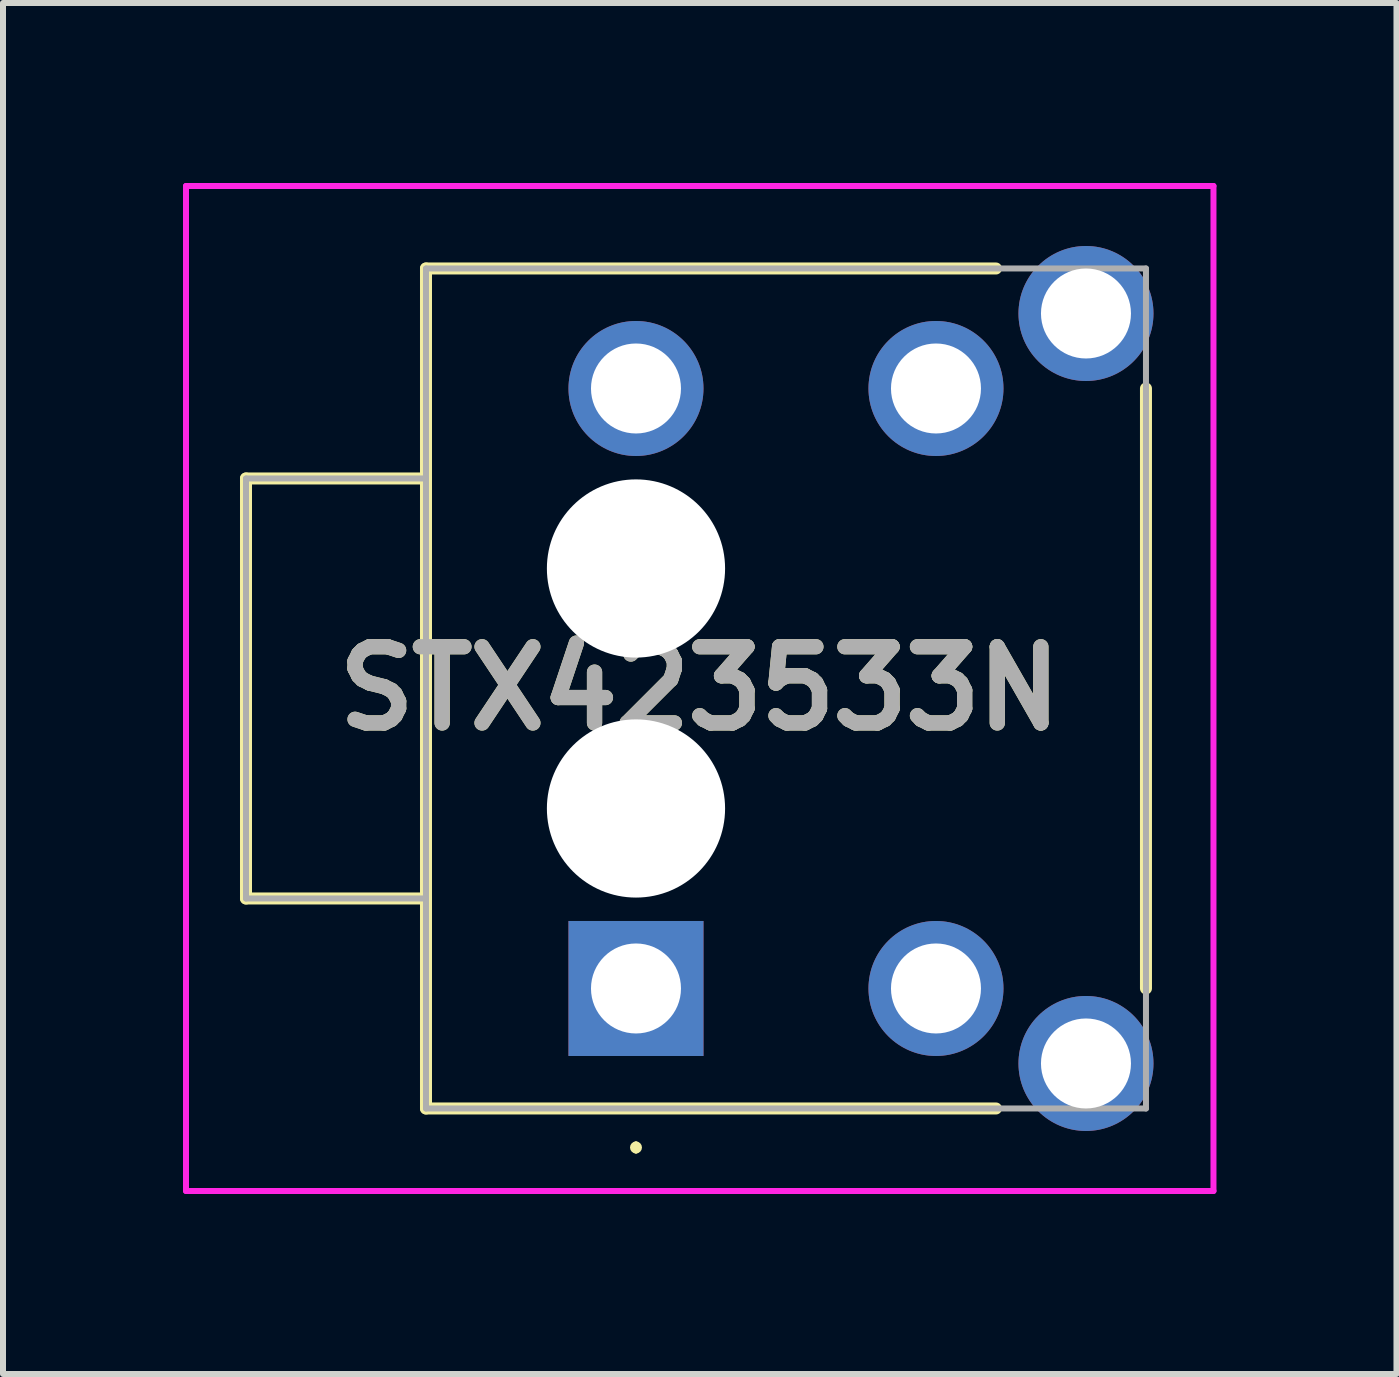
<source format=kicad_pcb>
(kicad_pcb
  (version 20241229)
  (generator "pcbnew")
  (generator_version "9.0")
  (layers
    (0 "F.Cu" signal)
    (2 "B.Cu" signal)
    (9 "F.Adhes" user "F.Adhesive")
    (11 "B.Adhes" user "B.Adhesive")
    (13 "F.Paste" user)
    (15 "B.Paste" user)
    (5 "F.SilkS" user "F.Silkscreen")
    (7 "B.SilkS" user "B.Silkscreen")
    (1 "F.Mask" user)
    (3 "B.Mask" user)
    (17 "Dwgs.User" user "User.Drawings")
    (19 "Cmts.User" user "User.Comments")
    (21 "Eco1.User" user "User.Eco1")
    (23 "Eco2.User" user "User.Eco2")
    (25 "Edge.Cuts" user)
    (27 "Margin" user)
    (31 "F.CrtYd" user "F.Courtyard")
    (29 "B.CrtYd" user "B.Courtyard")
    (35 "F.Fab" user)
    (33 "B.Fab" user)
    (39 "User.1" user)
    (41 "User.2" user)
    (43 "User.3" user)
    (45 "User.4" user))
  (footprint "STX423533N"
    (layer "F.Cu")
    (at 7.55 13.425)
    (property "Reference" "STX423533N" (at 1.063 -5 0) (layer "F.SilkS") (effects (font (size 1.27 1.27) (thickness 0.254))))
    (attr through_hole)
    (fp_line (start -6.5 -8.5) (end -6.5 -1.5) (stroke (width 0.2) (type solid)) (layer "F.SilkS"))
    (fp_line (start -6.5 -1.5) (end -3.5 -1.5) (stroke (width 0.2) (type solid)) (layer "F.SilkS"))
    (fp_line (start -3.5 -12) (end 6 -12) (stroke (width 0.2) (type solid)) (layer "F.SilkS"))
    (fp_line (start -3.5 -8.5) (end -6.5 -8.5) (stroke (width 0.2) (type solid)) (layer "F.SilkS"))
    (fp_line (start -3.5 2) (end -3.5 -12) (stroke (width 0.2) (type solid)) (layer "F.SilkS"))
    (fp_line (start 0 2.6) (end 0 2.6) (stroke (width 0.1) (type solid)) (layer "F.SilkS"))
    (fp_line (start 0 2.7) (end 0 2.7) (stroke (width 0.1) (type solid)) (layer "F.SilkS"))
    (fp_line (start 6 2) (end -3.5 2) (stroke (width 0.2) (type solid)) (layer "F.SilkS"))
    (fp_line (start 8.5 -10) (end 8.5 0) (stroke (width 0.2) (type solid)) (layer "F.SilkS"))
    (fp_arc (start 0 2.6) (mid 0.05 2.65) (end 0 2.7) (stroke (width 0.1) (type solid)) (layer "F.SilkS"))
    (fp_arc (start 0 2.7) (mid -0.05 2.65) (end 0 2.6) (stroke (width 0.1) (type solid)) (layer "F.SilkS"))
    (fp_line (start -7.5 -13.375) (end 9.625 -13.375) (stroke (width 0.1) (type solid)) (layer "F.CrtYd"))
    (fp_line (start -7.5 3.375) (end -7.5 -13.375) (stroke (width 0.1) (type solid)) (layer "F.CrtYd"))
    (fp_line (start 9.625 -13.375) (end 9.625 3.375) (stroke (width 0.1) (type solid)) (layer "F.CrtYd"))
    (fp_line (start 9.625 3.375) (end -7.5 3.375) (stroke (width 0.1) (type solid)) (layer "F.CrtYd"))
    (fp_line (start -6.5 -8.5) (end -6.5 -1.5) (stroke (width 0.1) (type solid)) (layer "F.Fab"))
    (fp_line (start -6.5 -1.5) (end -3.5 -1.5) (stroke (width 0.1) (type solid)) (layer "F.Fab"))
    (fp_line (start -3.5 -12) (end 8.5 -12) (stroke (width 0.1) (type solid)) (layer "F.Fab"))
    (fp_line (start -3.5 -8.5) (end -6.5 -8.5) (stroke (width 0.1) (type solid)) (layer "F.Fab"))
    (fp_line (start -3.5 -8.5) (end -3.5 -8.5) (stroke (width 0.1) (type solid)) (layer "F.Fab"))
    (fp_line (start -3.5 2) (end -3.5 -12) (stroke (width 0.1) (type solid)) (layer "F.Fab"))
    (fp_line (start 8.5 -12) (end 8.5 2) (stroke (width 0.1) (type solid)) (layer "F.Fab"))
    (fp_line (start 8.5 2) (end -3.5 2) (stroke (width 0.1) (type solid)) (layer "F.Fab"))
    (fp_text user "${REFERENCE}" (at 1.063 -5 0) (layer "F.Fab") (effects (font (size 1.27 1.27) (thickness 0.254))))
    (pad "" np_thru_hole circle (at 0 -7) (size 2.97 2.97) (drill 2.97) (layers "*.Cu" "*.Mask"))
    (pad "" np_thru_hole circle (at 0 -3) (size 2.97 2.97) (drill 2.97) (layers "*.Cu" "*.Mask"))
    (pad "A1" thru_hole rect (at 0 0) (size 2.25 2.25) (drill 1.5) (layers "*.Cu" "*.Mask"))
    (pad "A2" thru_hole circle (at 7.5 1.25) (size 2.25 2.25) (drill 1.5) (layers "*.Cu" "*.Mask"))
    (pad "A5" thru_hole circle (at 7.5 -11.25) (size 2.25 2.25) (drill 1.5) (layers "*.Cu" "*.Mask"))
    (pad "B1" thru_hole circle (at 0 -10) (size 2.25 2.25) (drill 1.5) (layers "*.Cu" "*.Mask"))
    (pad "B2" thru_hole circle (at 5 -10) (size 2.25 2.25) (drill 1.5) (layers "*.Cu" "*.Mask"))
    (pad "B5" thru_hole circle (at 5 0) (size 2.25 2.25) (drill 1.5) (layers "*.Cu" "*.Mask")))
  (gr_rect
    (start -3 -3)
    (end 20.225 19.85)
    (stroke (width 0.1) (type default))
    (fill no)
    (layer "Edge.Cuts")))
</source>
